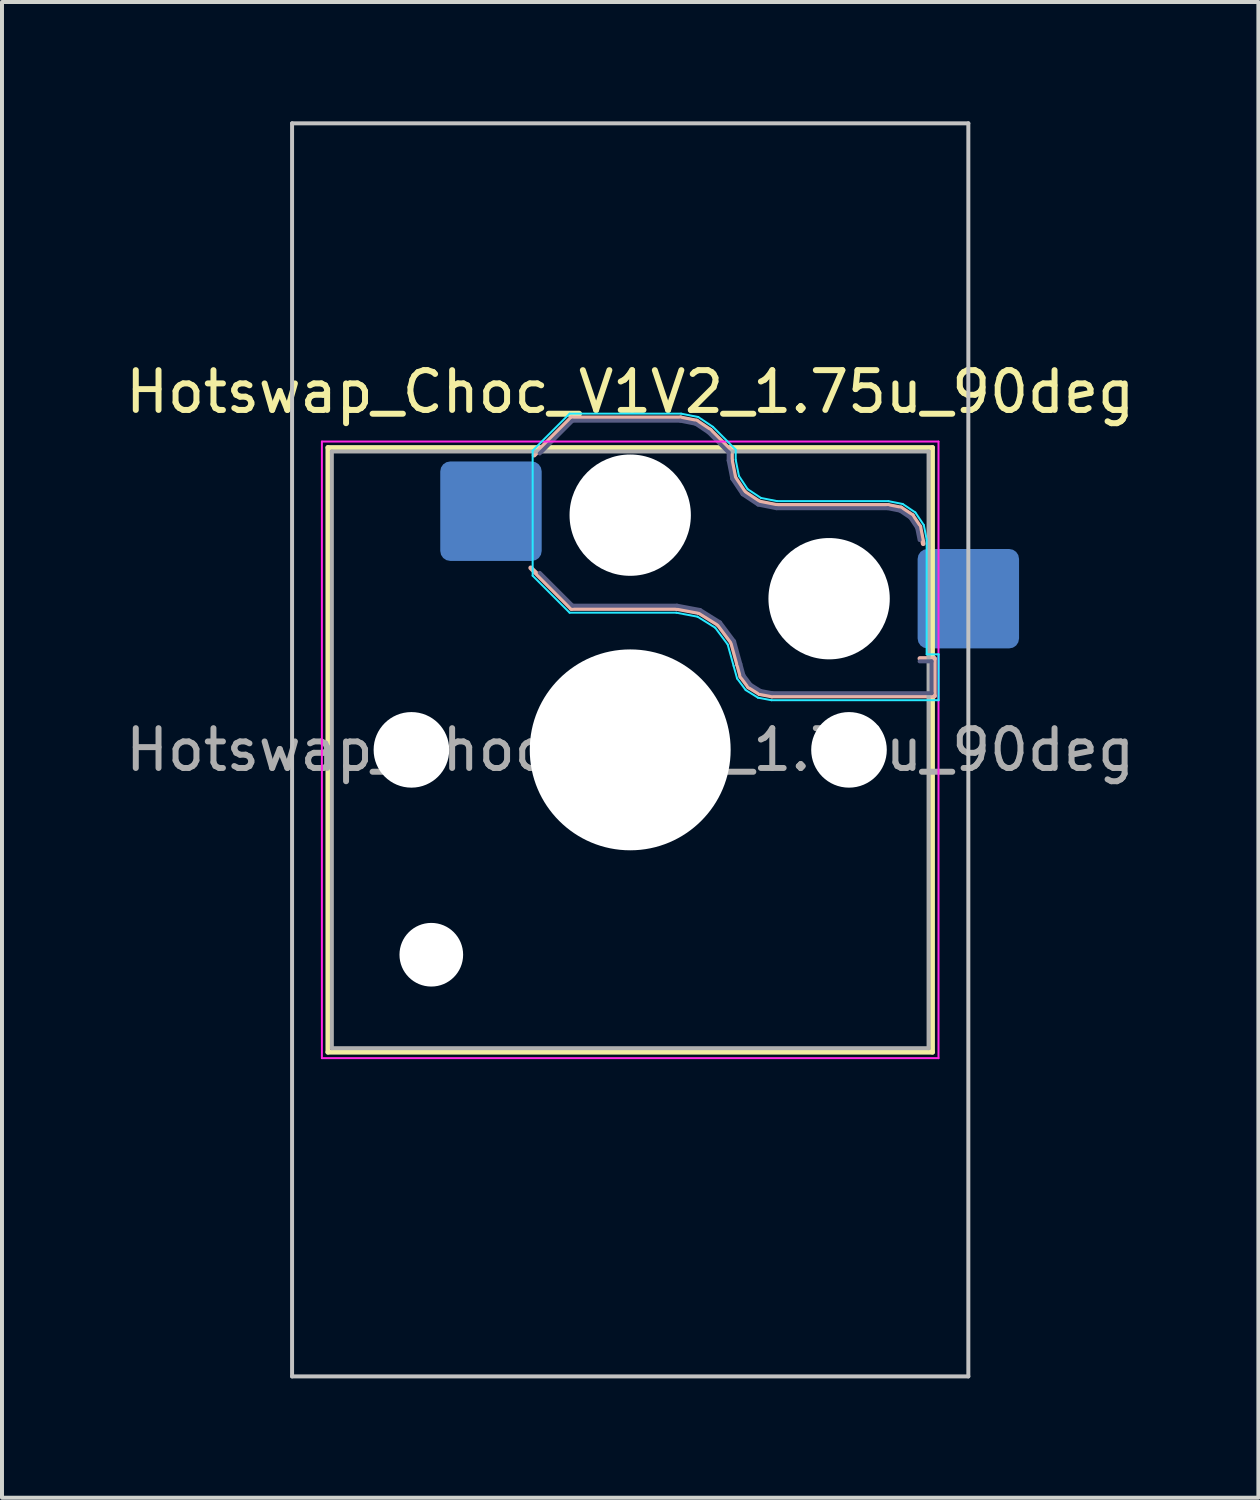
<source format=kicad_pcb>
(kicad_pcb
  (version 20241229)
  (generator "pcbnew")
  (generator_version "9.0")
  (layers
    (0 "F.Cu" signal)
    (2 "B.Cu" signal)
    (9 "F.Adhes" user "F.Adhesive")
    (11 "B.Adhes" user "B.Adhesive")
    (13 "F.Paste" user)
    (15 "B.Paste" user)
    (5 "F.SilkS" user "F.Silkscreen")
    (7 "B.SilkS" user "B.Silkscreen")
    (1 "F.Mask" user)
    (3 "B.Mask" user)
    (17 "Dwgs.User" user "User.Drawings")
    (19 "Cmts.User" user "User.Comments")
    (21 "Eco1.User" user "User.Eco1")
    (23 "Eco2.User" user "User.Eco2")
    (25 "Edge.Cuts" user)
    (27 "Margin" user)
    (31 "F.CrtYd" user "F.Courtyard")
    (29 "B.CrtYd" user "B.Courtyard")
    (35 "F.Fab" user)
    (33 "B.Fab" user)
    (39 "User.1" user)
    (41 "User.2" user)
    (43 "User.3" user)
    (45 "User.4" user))
  (footprint "Hotswap_Choc_V1V2_1.75u_90deg"
    (layer "F.Cu")
    (at 12.792 15.8)
    (property "Reference" "Hotswap_Choc_V1V2_1.75u_90deg" (at 0 -9 0) (layer "F.SilkS") (effects (font (size 1 1) (thickness 0.15))))
    (attr smd)
    (fp_line (start -7.6 -7.6) (end -7.6 7.6) (stroke (width 0.12) (type solid)) (layer "F.SilkS"))
    (fp_line (start -7.6 7.6) (end 7.6 7.6) (stroke (width 0.12) (type solid)) (layer "F.SilkS"))
    (fp_line (start 7.6 -7.6) (end -7.6 -7.6) (stroke (width 0.12) (type solid)) (layer "F.SilkS"))
    (fp_line (start 7.6 7.6) (end 7.6 -7.6) (stroke (width 0.12) (type solid)) (layer "F.SilkS"))
    (fp_line (start -2.416 -7.409) (end -1.479 -8.346) (stroke (width 0.12) (type solid)) (layer "B.SilkS"))
    (fp_line (start -1.479 -8.346) (end 1.268 -8.346) (stroke (width 0.12) (type solid)) (layer "B.SilkS"))
    (fp_line (start -1.479 -3.554) (end -2.5 -4.575) (stroke (width 0.12) (type solid)) (layer "B.SilkS"))
    (fp_line (start 1.168 -3.554) (end -1.479 -3.554) (stroke (width 0.12) (type solid)) (layer "B.SilkS"))
    (fp_line (start 1.268 -8.346) (end 1.671 -8.266) (stroke (width 0.12) (type solid)) (layer "B.SilkS"))
    (fp_line (start 1.671 -8.266) (end 2.013 -8.037) (stroke (width 0.12) (type solid)) (layer "B.SilkS"))
    (fp_line (start 1.73 -3.449) (end 1.168 -3.554) (stroke (width 0.12) (type solid)) (layer "B.SilkS"))
    (fp_line (start 2.013 -8.037) (end 2.546 -7.504) (stroke (width 0.12) (type solid)) (layer "B.SilkS"))
    (fp_line (start 2.209 -3.15) (end 1.73 -3.449) (stroke (width 0.12) (type solid)) (layer "B.SilkS"))
    (fp_line (start 2.546 -7.504) (end 2.546 -7.282) (stroke (width 0.12) (type solid)) (layer "B.SilkS"))
    (fp_line (start 2.546 -7.282) (end 2.633 -6.844) (stroke (width 0.12) (type solid)) (layer "B.SilkS"))
    (fp_line (start 2.547 -2.697) (end 2.209 -3.15) (stroke (width 0.12) (type solid)) (layer "B.SilkS"))
    (fp_line (start 2.633 -6.844) (end 2.877 -6.477) (stroke (width 0.12) (type solid)) (layer "B.SilkS"))
    (fp_line (start 2.701 -2.139) (end 2.547 -2.697) (stroke (width 0.12) (type solid)) (layer "B.SilkS"))
    (fp_line (start 2.783 -1.841) (end 2.701 -2.139) (stroke (width 0.12) (type solid)) (layer "B.SilkS"))
    (fp_line (start 2.877 -6.477) (end 3.244 -6.233) (stroke (width 0.12) (type solid)) (layer "B.SilkS"))
    (fp_line (start 2.976 -1.583) (end 2.783 -1.841) (stroke (width 0.12) (type solid)) (layer "B.SilkS"))
    (fp_line (start 3.244 -6.233) (end 3.682 -6.146) (stroke (width 0.12) (type solid)) (layer "B.SilkS"))
    (fp_line (start 3.25 -1.413) (end 2.976 -1.583) (stroke (width 0.12) (type solid)) (layer "B.SilkS"))
    (fp_line (start 3.56 -1.354) (end 3.25 -1.413) (stroke (width 0.12) (type solid)) (layer "B.SilkS"))
    (fp_line (start 3.682 -6.146) (end 6.482 -6.146) (stroke (width 0.12) (type solid)) (layer "B.SilkS"))
    (fp_line (start 6.482 -6.146) (end 6.809 -6.081) (stroke (width 0.12) (type solid)) (layer "B.SilkS"))
    (fp_line (start 6.809 -6.081) (end 7.092 -5.892) (stroke (width 0.12) (type solid)) (layer "B.SilkS"))
    (fp_line (start 7.092 -5.892) (end 7.281 -5.609) (stroke (width 0.12) (type solid)) (layer "B.SilkS"))
    (fp_line (start 7.281 -5.609) (end 7.366 -5.182) (stroke (width 0.12) (type solid)) (layer "B.SilkS"))
    (fp_line (start 7.283 -2.296) (end 7.646 -2.296) (stroke (width 0.12) (type solid)) (layer "B.SilkS"))
    (fp_line (start 7.646 -2.296) (end 7.646 -1.354) (stroke (width 0.12) (type solid)) (layer "B.SilkS"))
    (fp_line (start 7.646 -1.354) (end 3.56 -1.354) (stroke (width 0.12) (type solid)) (layer "B.SilkS"))
    (fp_line (start -8.5 -15.75) (end 8.5 -15.75) (stroke (width 0.1) (type solid)) (layer "Dwgs.User"))
    (fp_line (start -8.5 15.75) (end -8.5 -15.75) (stroke (width 0.1) (type solid)) (layer "Dwgs.User"))
    (fp_line (start 8.5 -15.75) (end 8.5 15.75) (stroke (width 0.1) (type solid)) (layer "Dwgs.User"))
    (fp_line (start 8.5 15.75) (end -8.5 15.75) (stroke (width 0.1) (type solid)) (layer "Dwgs.User"))
    (fp_line (start -7.25 -7.25) (end -7.25 7.25) (stroke (width 0.1) (type solid)) (layer "Eco1.User"))
    (fp_line (start -7.25 7.25) (end 7.25 7.25) (stroke (width 0.1) (type solid)) (layer "Eco1.User"))
    (fp_line (start 7.25 -7.25) (end -7.25 -7.25) (stroke (width 0.1) (type solid)) (layer "Eco1.User"))
    (fp_line (start 7.25 7.25) (end 7.25 -7.25) (stroke (width 0.1) (type solid)) (layer "Eco1.User"))
    (fp_line (start -2.452 -7.523) (end -1.523 -8.452) (stroke (width 0.05) (type solid)) (layer "B.CrtYd"))
    (fp_line (start -2.452 -4.377) (end -2.452 -7.523) (stroke (width 0.05) (type solid)) (layer "B.CrtYd"))
    (fp_line (start -1.523 -8.452) (end 1.278 -8.452) (stroke (width 0.05) (type solid)) (layer "B.CrtYd"))
    (fp_line (start -1.523 -3.448) (end -2.452 -4.377) (stroke (width 0.05) (type solid)) (layer "B.CrtYd"))
    (fp_line (start 1.159 -3.448) (end -1.523 -3.448) (stroke (width 0.05) (type solid)) (layer "B.CrtYd"))
    (fp_line (start 1.278 -8.452) (end 1.712 -8.366) (stroke (width 0.05) (type solid)) (layer "B.CrtYd"))
    (fp_line (start 1.691 -3.348) (end 1.159 -3.448) (stroke (width 0.05) (type solid)) (layer "B.CrtYd"))
    (fp_line (start 1.712 -8.366) (end 2.081 -8.119) (stroke (width 0.05) (type solid)) (layer "B.CrtYd"))
    (fp_line (start 2.081 -8.119) (end 2.652 -7.548) (stroke (width 0.05) (type solid)) (layer "B.CrtYd"))
    (fp_line (start 2.136 -3.071) (end 1.691 -3.348) (stroke (width 0.05) (type solid)) (layer "B.CrtYd"))
    (fp_line (start 2.45 -2.65) (end 2.136 -3.071) (stroke (width 0.05) (type solid)) (layer "B.CrtYd"))
    (fp_line (start 2.599 -2.111) (end 2.45 -2.65) (stroke (width 0.05) (type solid)) (layer "B.CrtYd"))
    (fp_line (start 2.652 -7.548) (end 2.652 -7.292) (stroke (width 0.05) (type solid)) (layer "B.CrtYd"))
    (fp_line (start 2.652 -7.292) (end 2.733 -6.885) (stroke (width 0.05) (type solid)) (layer "B.CrtYd"))
    (fp_line (start 2.687 -1.794) (end 2.599 -2.111) (stroke (width 0.05) (type solid)) (layer "B.CrtYd"))
    (fp_line (start 2.733 -6.885) (end 2.953 -6.553) (stroke (width 0.05) (type solid)) (layer "B.CrtYd"))
    (fp_line (start 2.903 -1.503) (end 2.687 -1.794) (stroke (width 0.05) (type solid)) (layer "B.CrtYd"))
    (fp_line (start 2.953 -6.553) (end 3.285 -6.333) (stroke (width 0.05) (type solid)) (layer "B.CrtYd"))
    (fp_line (start 3.211 -1.312) (end 2.903 -1.503) (stroke (width 0.05) (type solid)) (layer "B.CrtYd"))
    (fp_line (start 3.285 -6.333) (end 3.692 -6.252) (stroke (width 0.05) (type solid)) (layer "B.CrtYd"))
    (fp_line (start 3.55 -1.248) (end 3.211 -1.312) (stroke (width 0.05) (type solid)) (layer "B.CrtYd"))
    (fp_line (start 3.692 -6.252) (end 6.492 -6.252) (stroke (width 0.05) (type solid)) (layer "B.CrtYd"))
    (fp_line (start 6.492 -6.252) (end 6.85 -6.181) (stroke (width 0.05) (type solid)) (layer "B.CrtYd"))
    (fp_line (start 6.85 -6.181) (end 7.168 -5.968) (stroke (width 0.05) (type solid)) (layer "B.CrtYd"))
    (fp_line (start 7.168 -5.968) (end 7.381 -5.65) (stroke (width 0.05) (type solid)) (layer "B.CrtYd"))
    (fp_line (start 7.381 -5.65) (end 7.452 -5.292) (stroke (width 0.05) (type solid)) (layer "B.CrtYd"))
    (fp_line (start 7.452 -5.292) (end 7.452 -2.402) (stroke (width 0.05) (type solid)) (layer "B.CrtYd"))
    (fp_line (start 7.452 -2.402) (end 7.752 -2.402) (stroke (width 0.05) (type solid)) (layer "B.CrtYd"))
    (fp_line (start 7.752 -2.402) (end 7.752 -1.248) (stroke (width 0.05) (type solid)) (layer "B.CrtYd"))
    (fp_line (start 7.752 -1.248) (end 3.55 -1.248) (stroke (width 0.05) (type solid)) (layer "B.CrtYd"))
    (fp_line (start -7.75 -7.75) (end -7.75 7.75) (stroke (width 0.05) (type solid)) (layer "F.CrtYd"))
    (fp_line (start -7.75 7.75) (end 7.75 7.75) (stroke (width 0.05) (type solid)) (layer "F.CrtYd"))
    (fp_line (start 7.75 -7.75) (end -7.75 -7.75) (stroke (width 0.05) (type solid)) (layer "F.CrtYd"))
    (fp_line (start 7.75 7.75) (end 7.75 -7.75) (stroke (width 0.05) (type solid)) (layer "F.CrtYd"))
    (fp_line (start -2.275 -7.45) (end -1.45 -8.275) (stroke (width 0.1) (type solid)) (layer "B.Fab"))
    (fp_line (start -1.45 -8.275) (end 1.261 -8.275) (stroke (width 0.1) (type solid)) (layer "B.Fab"))
    (fp_line (start -1.45 -3.625) (end -2.275 -4.45) (stroke (width 0.1) (type solid)) (layer "B.Fab"))
    (fp_line (start 1.175 -3.625) (end -1.45 -3.625) (stroke (width 0.1) (type solid)) (layer "B.Fab"))
    (fp_line (start 1.261 -8.275) (end 1.643 -8.199) (stroke (width 0.1) (type solid)) (layer "B.Fab"))
    (fp_line (start 1.643 -8.199) (end 1.968 -7.982) (stroke (width 0.1) (type solid)) (layer "B.Fab"))
    (fp_line (start 1.756 -3.516) (end 1.175 -3.625) (stroke (width 0.1) (type solid)) (layer "B.Fab"))
    (fp_line (start 1.968 -7.982) (end 2.475 -7.475) (stroke (width 0.1) (type solid)) (layer "B.Fab"))
    (fp_line (start 2.258 -3.203) (end 1.756 -3.516) (stroke (width 0.1) (type solid)) (layer "B.Fab"))
    (fp_line (start 2.475 -7.475) (end 2.475 -7.275) (stroke (width 0.1) (type solid)) (layer "B.Fab"))
    (fp_line (start 2.475 -7.275) (end 2.566 -6.816) (stroke (width 0.1) (type solid)) (layer "B.Fab"))
    (fp_line (start 2.566 -6.816) (end 2.826 -6.426) (stroke (width 0.1) (type solid)) (layer "B.Fab"))
    (fp_line (start 2.612 -2.729) (end 2.258 -3.203) (stroke (width 0.1) (type solid)) (layer "B.Fab"))
    (fp_line (start 2.769 -2.158) (end 2.612 -2.729) (stroke (width 0.1) (type solid)) (layer "B.Fab"))
    (fp_line (start 2.826 -6.426) (end 3.216 -6.166) (stroke (width 0.1) (type solid)) (layer "B.Fab"))
    (fp_line (start 2.848 -1.873) (end 2.769 -2.158) (stroke (width 0.1) (type solid)) (layer "B.Fab"))
    (fp_line (start 3.025 -1.636) (end 2.848 -1.873) (stroke (width 0.1) (type solid)) (layer "B.Fab"))
    (fp_line (start 3.216 -6.166) (end 3.675 -6.075) (stroke (width 0.1) (type solid)) (layer "B.Fab"))
    (fp_line (start 3.276 -1.48) (end 3.025 -1.636) (stroke (width 0.1) (type solid)) (layer "B.Fab"))
    (fp_line (start 3.567 -1.425) (end 3.276 -1.48) (stroke (width 0.1) (type solid)) (layer "B.Fab"))
    (fp_line (start 3.675 -6.075) (end 6.475 -6.075) (stroke (width 0.1) (type solid)) (layer "B.Fab"))
    (fp_line (start 6.475 -6.075) (end 6.781 -6.014) (stroke (width 0.1) (type solid)) (layer "B.Fab"))
    (fp_line (start 6.781 -6.014) (end 7.041 -5.841) (stroke (width 0.1) (type solid)) (layer "B.Fab"))
    (fp_line (start 7.041 -5.841) (end 7.214 -5.581) (stroke (width 0.1) (type solid)) (layer "B.Fab"))
    (fp_line (start 7.214 -5.581) (end 7.275 -5.275) (stroke (width 0.1) (type solid)) (layer "B.Fab"))
    (fp_line (start 7.275 -2.225) (end 7.575 -2.225) (stroke (width 0.1) (type solid)) (layer "B.Fab"))
    (fp_line (start 7.575 -2.225) (end 7.575 -1.425) (stroke (width 0.1) (type solid)) (layer "B.Fab"))
    (fp_line (start 7.575 -1.425) (end 3.567 -1.425) (stroke (width 0.1) (type solid)) (layer "B.Fab"))
    (fp_line (start -7.5 -7.5) (end -7.5 7.5) (stroke (width 0.1) (type solid)) (layer "F.Fab"))
    (fp_line (start -7.5 7.5) (end 7.5 7.5) (stroke (width 0.1) (type solid)) (layer "F.Fab"))
    (fp_line (start 7.5 -7.5) (end -7.5 -7.5) (stroke (width 0.1) (type solid)) (layer "F.Fab"))
    (fp_line (start 7.5 7.5) (end 7.5 -7.5) (stroke (width 0.1) (type solid)) (layer "F.Fab"))
    (fp_text user "${REFERENCE}" (at 0 0 0) (layer "F.Fab") (effects (font (size 1 1) (thickness 0.15))))
    (pad "" np_thru_hole circle (at -5.5 0) (size 1.9 1.9) (drill 1.9) (layers "*.Cu" "*.Mask"))
    (pad "" np_thru_hole circle (at -5 5.15) (size 1.6 1.6) (drill 1.6) (layers "*.Cu" "*.Mask"))
    (pad "" np_thru_hole circle (at 0 -5.9) (size 3.05 3.05) (drill 3.05) (layers "*.Cu" "*.Mask"))
    (pad "" np_thru_hole circle (at 0 0) (size 5.05 5.05) (drill 5.05) (layers "*.Cu" "*.Mask"))
    (pad "" np_thru_hole circle (at 5 -3.8) (size 3.05 3.05) (drill 3.05) (layers "*.Cu" "*.Mask"))
    (pad "" np_thru_hole circle (at 5.5 0) (size 1.9 1.9) (drill 1.9) (layers "*.Cu" "*.Mask"))
    (pad "1" smd roundrect (at -3.5 -6) (size 2.55 2.5) (layers "B.Cu" "B.Mask" "B.Paste") (roundrect_rratio 0.1))
    (pad "2" smd roundrect (at 8.5 -3.8) (size 2.55 2.5) (layers "B.Cu" "B.Mask" "B.Paste") (roundrect_rratio 0.1)))
  (gr_rect
    (start -3 -3)
    (end 28.583 34.6)
    (stroke (width 0.1) (type default))
    (fill no)
    (layer "Edge.Cuts")))
</source>
